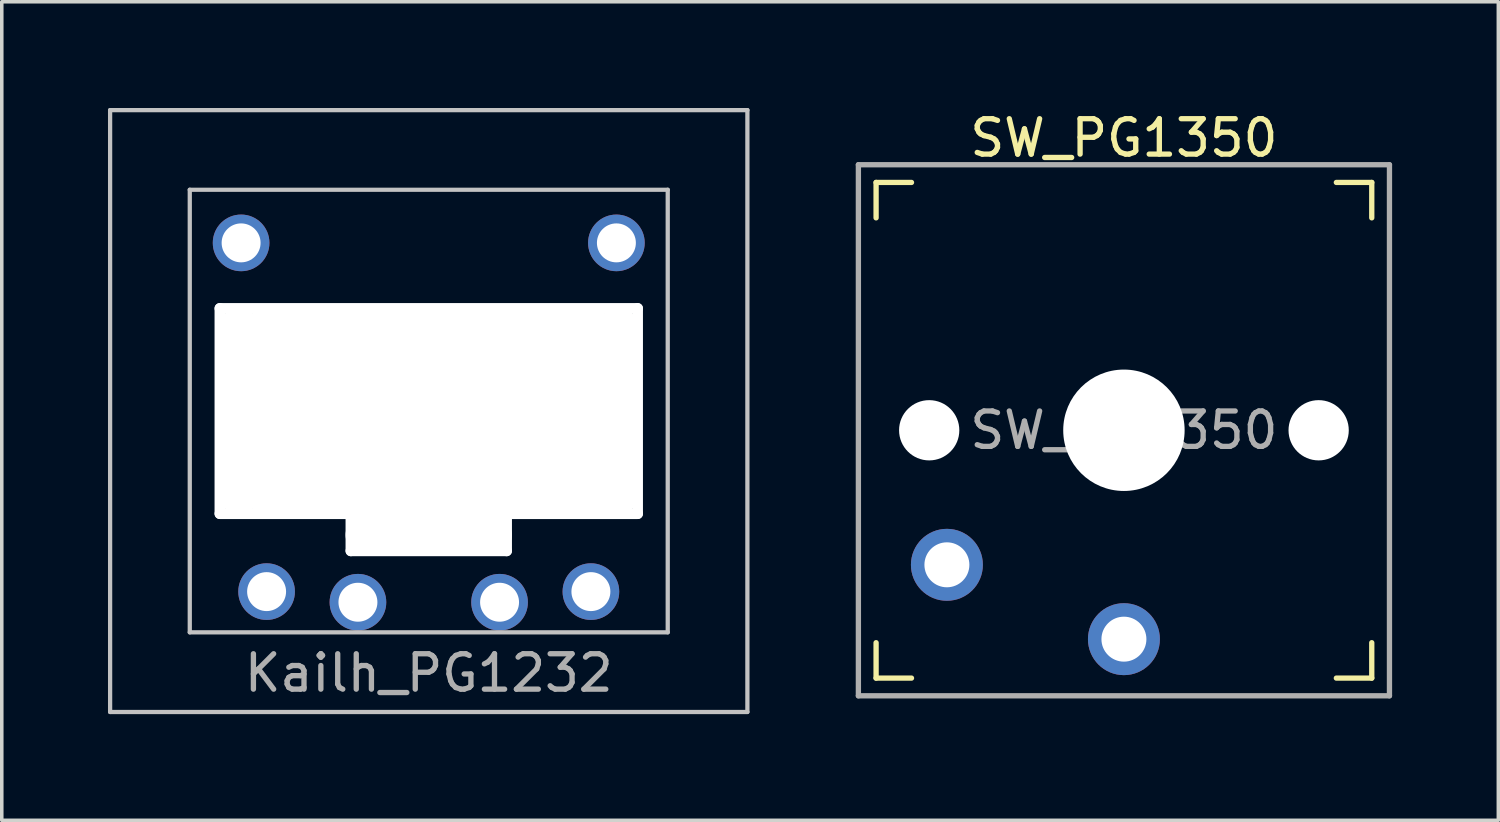
<source format=kicad_pcb>
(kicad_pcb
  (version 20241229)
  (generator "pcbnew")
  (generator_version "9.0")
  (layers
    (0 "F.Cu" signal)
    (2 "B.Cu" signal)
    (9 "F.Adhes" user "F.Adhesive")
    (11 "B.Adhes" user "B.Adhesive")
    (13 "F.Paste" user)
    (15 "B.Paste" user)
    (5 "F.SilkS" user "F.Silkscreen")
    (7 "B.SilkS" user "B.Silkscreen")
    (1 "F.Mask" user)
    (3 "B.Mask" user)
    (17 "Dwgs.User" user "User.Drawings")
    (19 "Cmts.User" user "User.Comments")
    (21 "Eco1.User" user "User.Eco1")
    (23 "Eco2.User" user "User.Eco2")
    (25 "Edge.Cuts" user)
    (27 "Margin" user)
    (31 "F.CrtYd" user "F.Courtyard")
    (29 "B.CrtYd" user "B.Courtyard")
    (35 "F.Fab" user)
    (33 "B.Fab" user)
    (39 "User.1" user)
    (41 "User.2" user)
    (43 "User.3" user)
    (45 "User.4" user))
  (footprint "Kailh_PG1232"
    (layer "F.Cu")
    (at 9.06 8.56)
    (property "Reference" "Kailh_PG1232" (at 0 7.4 0) (layer "F.Fab") (effects (font (size 1 1) (thickness 0.15))))
    (attr through_hole)
    (fp_line (start -9 -8.5) (end -9 8.5) (stroke (width 0.12) (type solid)) (layer "Dwgs.User"))
    (fp_line (start -9 8.5) (end 9 8.5) (stroke (width 0.12) (type solid)) (layer "Dwgs.User"))
    (fp_line (start -6.75 -6.25) (end 6.75 -6.25) (stroke (width 0.12) (type solid)) (layer "Dwgs.User"))
    (fp_line (start -6.75 6.25) (end -6.75 -6.25) (stroke (width 0.12) (type solid)) (layer "Dwgs.User"))
    (fp_line (start -5.95 -2.95) (end 5.95 -2.95) (stroke (width 0.12) (type solid)) (layer "Dwgs.User"))
    (fp_line (start -5.95 2.95) (end -5.95 -2.95) (stroke (width 0.12) (type solid)) (layer "Dwgs.User"))
    (fp_line (start -2.25 2.95) (end -5.95 2.95) (stroke (width 0.12) (type solid)) (layer "Dwgs.User"))
    (fp_line (start -2.25 2.95) (end -2.25 4) (stroke (width 0.12) (type solid)) (layer "Dwgs.User"))
    (fp_line (start -2.25 4) (end 2.25 4) (stroke (width 0.12) (type solid)) (layer "Dwgs.User"))
    (fp_line (start 2.25 2.95) (end 5.95 2.95) (stroke (width 0.12) (type solid)) (layer "Dwgs.User"))
    (fp_line (start 2.25 4) (end 2.25 2.95) (stroke (width 0.12) (type solid)) (layer "Dwgs.User"))
    (fp_line (start 5.95 -2.95) (end 5.95 2.95) (stroke (width 0.12) (type solid)) (layer "Dwgs.User"))
    (fp_line (start 6.75 -6.25) (end 6.75 6.25) (stroke (width 0.12) (type solid)) (layer "Dwgs.User"))
    (fp_line (start 6.75 6.25) (end -6.75 6.25) (stroke (width 0.12) (type solid)) (layer "Dwgs.User"))
    (fp_line (start 9 -8.5) (end -9 -8.5) (stroke (width 0.12) (type solid)) (layer "Dwgs.User"))
    (fp_line (start 9 8.5) (end 9 -8.5) (stroke (width 0.12) (type solid)) (layer "Dwgs.User"))
    (pad "" np_thru_hole oval (at -5.9 0 90) (size 6.1 0.3) (drill oval 6.1 0.3) (layers "*.Cu" "*.Mask"))
    (pad "" np_thru_hole oval (at -5.36 0) (size 1 5.9) (drill oval 1 5.9) (layers "*.Cu" "*.Mask"))
    (pad "" np_thru_hole oval (at -4.59 0) (size 1 5.9) (drill oval 1 5.9) (layers "*.Cu" "*.Mask"))
    (pad "" np_thru_hole oval (at -4.2 0) (size 1 5.9) (drill oval 1 5.9) (layers "*.Cu" "*.Mask"))
    (pad "" np_thru_hole oval (at -2.2 3.5 90) (size 1.2 0.3) (drill oval 1.2 0.3) (layers "*.Cu" "*.Mask"))
    (pad "" np_thru_hole oval (at 0 -2.9) (size 12.1 0.3) (drill oval 12.1 0.3) (layers "*.Cu" "*.Mask"))
    (pad "" np_thru_hole oval (at 0 0) (size 11.85 5.9) (drill oval 11.85 5.9) (layers "*.Cu" "*.Mask"))
    (pad "" np_thru_hole oval (at 0 2.9) (size 12.1 0.3) (drill oval 12.1 0.3) (layers "*.Cu" "*.Mask"))
    (pad "" np_thru_hole oval (at 0 3.5) (size 4.7 1) (drill oval 4.7 1) (layers "*.Cu" "*.Mask"))
    (pad "" np_thru_hole oval (at 0 3.95) (size 4.7 0.3) (drill oval 4.7 0.3) (layers "*.Cu" "*.Mask"))
    (pad "" np_thru_hole oval (at 2.2 3.5 90) (size 1.2 0.3) (drill oval 1.2 0.3) (layers "*.Cu" "*.Mask"))
    (pad "" np_thru_hole oval (at 4.2 0) (size 1 5.9) (drill oval 1 5.9) (layers "*.Cu" "*.Mask"))
    (pad "" np_thru_hole oval (at 4.59 0) (size 1 5.9) (drill oval 1 5.9) (layers "*.Cu" "*.Mask"))
    (pad "" np_thru_hole oval (at 5.36 0) (size 1 5.9) (drill oval 1 5.9) (layers "*.Cu" "*.Mask"))
    (pad "" np_thru_hole oval (at 5.9 0 90) (size 6.1 0.3) (drill oval 6.1 0.3) (layers "*.Cu" "*.Mask"))
    (pad "1" thru_hole circle (at -4.58 5.1) (size 1.6 1.6) (drill 1.1) (layers "*.Cu" "*.Mask"))
    (pad "1" thru_hole circle (at 4.58 5.1) (size 1.6 1.6) (drill 1.1) (layers "*.Cu" "*.Mask"))
    (pad "2" thru_hole circle (at -2 5.4) (size 1.6 1.6) (drill 1.1) (layers "*.Cu" "*.Mask"))
    (pad "2" thru_hole circle (at 2 5.4) (size 1.6 1.6) (drill 1.1) (layers "*.Cu" "*.Mask"))
    (pad "3" thru_hole circle (at 5.3 -4.75) (size 1.6 1.6) (drill 1.1) (layers "*.Cu" "*.Mask"))
    (pad "4" thru_hole circle (at -5.3 -4.75) (size 1.6 1.6) (drill 1.1) (layers "*.Cu" "*.Mask")))
  (footprint "SW_PG1350"
    (layer "F.Cu")
    (at 28.695 9.103)
    (property "Reference" "SW_PG1350" (at 0 -8.255 0) (layer "F.SilkS") (effects (font (size 1 1) (thickness 0.15))))
    (attr through_hole)
    (fp_line (start -7 -6) (end -7 -7) (stroke (width 0.15) (type solid)) (layer "F.SilkS"))
    (fp_line (start -7 7) (end -7 6) (stroke (width 0.15) (type solid)) (layer "F.SilkS"))
    (fp_line (start -7 7) (end -6 7) (stroke (width 0.15) (type solid)) (layer "F.SilkS"))
    (fp_line (start -6 -7) (end -7 -7) (stroke (width 0.15) (type solid)) (layer "F.SilkS"))
    (fp_line (start 6 7) (end 7 7) (stroke (width 0.15) (type solid)) (layer "F.SilkS"))
    (fp_line (start 7 -7) (end 6 -7) (stroke (width 0.15) (type solid)) (layer "F.SilkS"))
    (fp_line (start 7 -7) (end 7 -6) (stroke (width 0.15) (type solid)) (layer "F.SilkS"))
    (fp_line (start 7 6) (end 7 7) (stroke (width 0.15) (type solid)) (layer "F.SilkS"))
    (fp_line (start -6.9 6.9) (end -6.9 -6.9) (stroke (width 0.15) (type solid)) (layer "Eco2.User"))
    (fp_line (start -6.9 6.9) (end 6.9 6.9) (stroke (width 0.15) (type solid)) (layer "Eco2.User"))
    (fp_line (start -2.6 -3.1) (end -2.6 -6.3) (stroke (width 0.15) (type solid)) (layer "Eco2.User"))
    (fp_line (start -2.6 -3.1) (end 2.6 -3.1) (stroke (width 0.15) (type solid)) (layer "Eco2.User"))
    (fp_line (start 2.6 -6.3) (end -2.6 -6.3) (stroke (width 0.15) (type solid)) (layer "Eco2.User"))
    (fp_line (start 2.6 -3.1) (end 2.6 -6.3) (stroke (width 0.15) (type solid)) (layer "Eco2.User"))
    (fp_line (start 6.9 -6.9) (end -6.9 -6.9) (stroke (width 0.15) (type solid)) (layer "Eco2.User"))
    (fp_line (start 6.9 -6.9) (end 6.9 6.9) (stroke (width 0.15) (type solid)) (layer "Eco2.User"))
    (fp_line (start -7.5 -7.5) (end 7.5 -7.5) (stroke (width 0.15) (type solid)) (layer "F.Fab"))
    (fp_line (start -7.5 7.5) (end -7.5 -7.5) (stroke (width 0.15) (type solid)) (layer "F.Fab"))
    (fp_line (start 7.5 -7.5) (end 7.5 7.5) (stroke (width 0.15) (type solid)) (layer "F.Fab"))
    (fp_line (start 7.5 7.5) (end -7.5 7.5) (stroke (width 0.15) (type solid)) (layer "F.Fab"))
    (fp_text user "${REFERENCE}" (at 0 0 0) (layer "F.Fab") (effects (font (size 1 1) (thickness 0.15))))
    (pad "" np_thru_hole circle (at -5.5 0) (size 1.702 1.702) (drill 1.702) (layers "*.Cu" "*.Mask"))
    (pad "" np_thru_hole circle (at 0 0) (size 3.429 3.429) (drill 3.429) (layers "*.Cu" "*.Mask"))
    (pad "" np_thru_hole circle (at 5.5 0) (size 1.702 1.702) (drill 1.702) (layers "*.Cu" "*.Mask"))
    (pad "1" thru_hole circle (at 0 5.9) (size 2.032 2.032) (drill 1.27) (layers "*.Cu" "*.Mask"))
    (pad "2" thru_hole circle (at -5 3.8) (size 2.032 2.032) (drill 1.27) (layers "*.Cu" "*.Mask")))
  (gr_rect
    (start -3 -3)
    (end 39.27 20.12)
    (stroke (width 0.1) (type default))
    (fill no)
    (layer "Edge.Cuts")))
</source>
